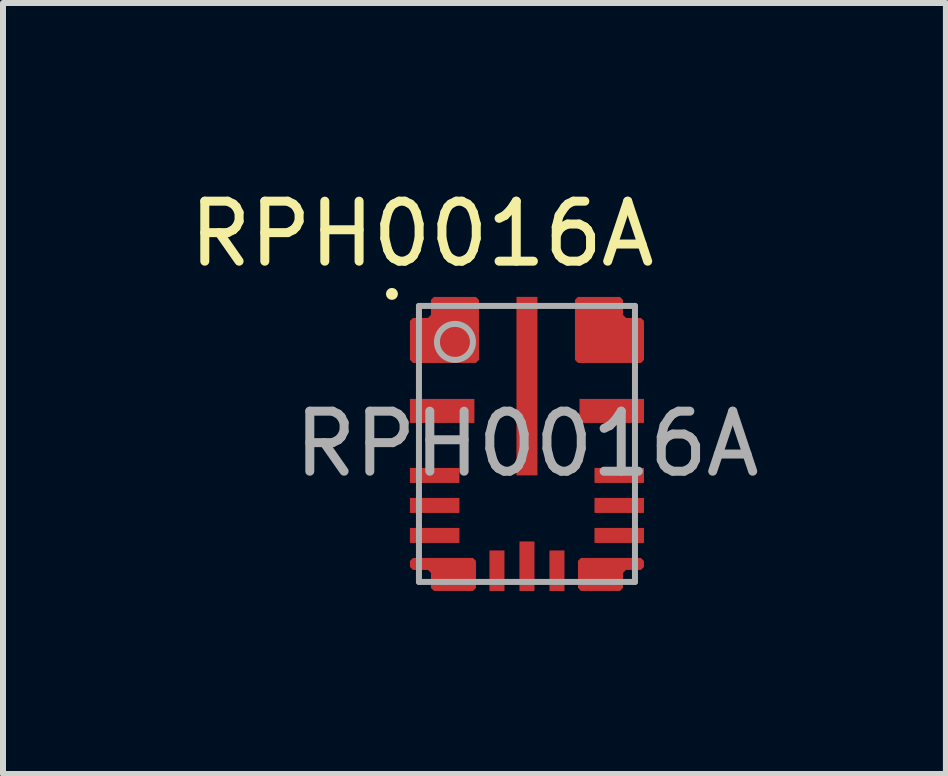
<source format=kicad_pcb>
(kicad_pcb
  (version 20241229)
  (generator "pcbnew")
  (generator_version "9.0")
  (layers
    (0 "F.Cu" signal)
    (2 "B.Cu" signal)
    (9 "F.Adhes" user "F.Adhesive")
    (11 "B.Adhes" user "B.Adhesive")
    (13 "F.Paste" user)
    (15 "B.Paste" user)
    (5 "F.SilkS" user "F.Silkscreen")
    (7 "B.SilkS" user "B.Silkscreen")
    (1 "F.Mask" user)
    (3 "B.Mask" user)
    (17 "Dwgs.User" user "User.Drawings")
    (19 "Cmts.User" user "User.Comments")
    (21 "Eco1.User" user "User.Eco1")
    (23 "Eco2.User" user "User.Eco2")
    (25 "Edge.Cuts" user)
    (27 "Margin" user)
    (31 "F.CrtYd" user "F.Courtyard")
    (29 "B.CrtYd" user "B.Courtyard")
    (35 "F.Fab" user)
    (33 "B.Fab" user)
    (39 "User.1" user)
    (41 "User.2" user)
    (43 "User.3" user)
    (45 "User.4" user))
  (footprint "RPH0016A"
    (layer "F.Cu")
    (at 5.732 4.348)
    (property "Reference" "RPH0016A" (at -1.75 -3.5 0) (unlocked yes) (layer "F.SilkS") (effects (font (size 1 1) (thickness 0.15))))
    (attr smd)
    (fp_poly (pts (xy -1.95 -1.4) (xy -1.95 -2.05) (xy -1.9 -2.1) (xy -1.65 -2.1) (xy -1.6 -2.15) (xy -1.6 -2.4) (xy -1.55 -2.45) (xy -0.85 -2.45) (xy -0.8 -2.4) (xy -0.8 -1.4) (xy -0.85 -1.35) (xy -1.9 -1.35)) (stroke (width 0) (type solid)) (fill yes) (layer "F.Cu"))
    (fp_poly (pts (xy -1.95 2.05) (xy -1.9 2.1) (xy -1.65 2.1) (xy -1.6 2.15) (xy -1.6 2.4) (xy -1.55 2.45) (xy -0.9 2.45) (xy -0.85 2.4) (xy -0.85 1.95) (xy -0.9 1.9) (xy -1.9 1.9) (xy -1.95 1.95)) (stroke (width 0) (type solid)) (fill yes) (layer "F.Cu"))
    (fp_poly (pts (xy 1.95 -1.4) (xy 1.95 -2.05) (xy 1.9 -2.1) (xy 1.65 -2.1) (xy 1.6 -2.15) (xy 1.6 -2.4) (xy 1.55 -2.45) (xy 0.85 -2.45) (xy 0.8 -2.4) (xy 0.8 -1.4) (xy 0.85 -1.35) (xy 1.9 -1.35)) (stroke (width 0) (type solid)) (fill yes) (layer "F.Cu"))
    (fp_poly (pts (xy 1.95 2.05) (xy 1.9 2.1) (xy 1.65 2.1) (xy 1.6 2.15) (xy 1.6 2.4) (xy 1.55 2.45) (xy 0.9 2.45) (xy 0.85 2.4) (xy 0.85 1.95) (xy 0.9 1.9) (xy 1.9 1.9) (xy 1.95 1.95)) (stroke (width 0) (type solid)) (fill yes) (layer "F.Cu"))
    (fp_poly (pts (xy -2.001 2.05) (xy -2.001 1.95) (xy -2 1.94) (xy -1.997 1.931) (xy -1.992 1.922) (xy -1.986 1.914) (xy -1.936 1.864) (xy -1.928 1.858) (xy -1.919 1.853) (xy -1.91 1.85) (xy -1.9 1.849) (xy -0.9 1.849) (xy -0.89 1.85) (xy -0.881 1.853) (xy -0.872 1.858) (xy -0.864 1.864) (xy -0.814 1.914) (xy -0.808 1.922) (xy -0.803 1.931) (xy -0.8 1.94) (xy -0.799 1.95) (xy -0.799 2.4) (xy -0.8 2.41) (xy -0.803 2.419) (xy -0.808 2.428) (xy -0.814 2.436) (xy -0.864 2.486) (xy -0.872 2.492) (xy -0.881 2.497) (xy -0.89 2.5) (xy -0.9 2.501) (xy -1.55 2.501) (xy -1.56 2.5) (xy -1.569 2.497) (xy -1.578 2.492) (xy -1.586 2.486) (xy -1.636 2.436) (xy -1.642 2.428) (xy -1.647 2.419) (xy -1.65 2.41) (xy -1.651 2.4) (xy -1.651 2.171) (xy -1.671 2.151) (xy -1.9 2.151) (xy -1.91 2.15) (xy -1.919 2.147) (xy -1.928 2.142) (xy -1.936 2.136) (xy -1.986 2.086) (xy -1.992 2.078) (xy -1.997 2.069) (xy -2 2.06)) (stroke (width 0) (type solid)) (fill yes) (layer "F.Mask"))
    (fp_poly (pts (xy -1.986 -1.364) (xy -1.992 -1.372) (xy -1.997 -1.381) (xy -2 -1.39) (xy -2.001 -1.4) (xy -2.001 -2.05) (xy -2 -2.06) (xy -1.997 -2.069) (xy -1.992 -2.078) (xy -1.986 -2.086) (xy -1.936 -2.136) (xy -1.928 -2.142) (xy -1.919 -2.147) (xy -1.91 -2.15) (xy -1.9 -2.151) (xy -1.671 -2.151) (xy -1.651 -2.171) (xy -1.651 -2.4) (xy -1.65 -2.41) (xy -1.647 -2.419) (xy -1.642 -2.428) (xy -1.636 -2.436) (xy -1.586 -2.486) (xy -1.578 -2.492) (xy -1.569 -2.497) (xy -1.56 -2.5) (xy -1.55 -2.501) (xy -0.85 -2.501) (xy -0.84 -2.5) (xy -0.831 -2.497) (xy -0.822 -2.492) (xy -0.814 -2.486) (xy -0.764 -2.436) (xy -0.758 -2.428) (xy -0.753 -2.419) (xy -0.75 -2.41) (xy -0.749 -2.4) (xy -0.749 -1.4) (xy -0.75 -1.39) (xy -0.753 -1.381) (xy -0.758 -1.372) (xy -0.764 -1.364) (xy -0.814 -1.314) (xy -0.822 -1.308) (xy -0.831 -1.303) (xy -0.84 -1.3) (xy -0.85 -1.299) (xy -1.9 -1.299) (xy -1.91 -1.3) (xy -1.919 -1.303) (xy -1.928 -1.308) (xy -1.936 -1.314)) (stroke (width 0) (type solid)) (fill yes) (layer "F.Mask"))
    (fp_poly (pts (xy 1.986 -1.364) (xy 1.936 -1.314) (xy 1.928 -1.308) (xy 1.919 -1.303) (xy 1.91 -1.3) (xy 1.9 -1.299) (xy 0.85 -1.299) (xy 0.84 -1.3) (xy 0.831 -1.303) (xy 0.822 -1.308) (xy 0.814 -1.314) (xy 0.764 -1.364) (xy 0.758 -1.372) (xy 0.753 -1.381) (xy 0.75 -1.39) (xy 0.749 -1.4) (xy 0.749 -2.4) (xy 0.75 -2.41) (xy 0.753 -2.419) (xy 0.758 -2.428) (xy 0.764 -2.436) (xy 0.814 -2.486) (xy 0.822 -2.492) (xy 0.831 -2.497) (xy 0.84 -2.5) (xy 0.85 -2.501) (xy 1.55 -2.501) (xy 1.56 -2.5) (xy 1.569 -2.497) (xy 1.578 -2.492) (xy 1.586 -2.486) (xy 1.636 -2.436) (xy 1.642 -2.428) (xy 1.647 -2.419) (xy 1.65 -2.41) (xy 1.651 -2.4) (xy 1.651 -2.171) (xy 1.671 -2.151) (xy 1.9 -2.151) (xy 1.91 -2.15) (xy 1.919 -2.147) (xy 1.928 -2.142) (xy 1.936 -2.136) (xy 1.986 -2.086) (xy 1.992 -2.078) (xy 1.997 -2.069) (xy 2 -2.06) (xy 2.001 -2.05) (xy 2.001 -1.4) (xy 2 -1.39) (xy 1.997 -1.381) (xy 1.992 -1.372)) (stroke (width 0) (type solid)) (fill yes) (layer "F.Mask"))
    (fp_poly (pts (xy 2.001 2.05) (xy 2 2.06) (xy 1.997 2.069) (xy 1.992 2.078) (xy 1.986 2.086) (xy 1.936 2.136) (xy 1.928 2.142) (xy 1.919 2.147) (xy 1.91 2.15) (xy 1.9 2.151) (xy 1.671 2.151) (xy 1.651 2.171) (xy 1.651 2.4) (xy 1.65 2.41) (xy 1.647 2.419) (xy 1.642 2.428) (xy 1.636 2.436) (xy 1.586 2.486) (xy 1.578 2.492) (xy 1.569 2.497) (xy 1.56 2.5) (xy 1.55 2.501) (xy 0.9 2.501) (xy 0.89 2.5) (xy 0.881 2.497) (xy 0.872 2.492) (xy 0.864 2.486) (xy 0.814 2.436) (xy 0.808 2.428) (xy 0.803 2.419) (xy 0.8 2.41) (xy 0.799 2.4) (xy 0.799 1.95) (xy 0.8 1.94) (xy 0.803 1.931) (xy 0.808 1.922) (xy 0.814 1.914) (xy 0.864 1.864) (xy 0.872 1.858) (xy 0.881 1.853) (xy 0.89 1.85) (xy 0.9 1.849) (xy 1.9 1.849) (xy 1.91 1.85) (xy 1.919 1.853) (xy 1.928 1.858) (xy 1.936 1.864) (xy 1.986 1.914) (xy 1.992 1.922) (xy 1.997 1.931) (xy 2 1.94) (xy 2.001 1.95)) (stroke (width 0) (type solid)) (fill yes) (layer "F.Mask"))
    (fp_circle (center -2.25 -2.5) (end -2.2 -2.5) (stroke (width 0.1) (type default)) (fill no) (layer "F.SilkS"))
    (fp_poly (pts (xy -0.85 2.35) (xy -0.9 2.4) (xy -1.52 2.4) (xy -1.57 2.35) (xy -1.57 2.15) (xy -1.62 2.1) (xy -1.9 2.1) (xy -1.95 2.05) (xy -1.95 1.95) (xy -1.9 1.9) (xy -0.9 1.9) (xy -0.85 1.95)) (stroke (width 0) (type solid)) (fill yes) (layer "F.Paste"))
    (fp_poly (pts (xy -0.8 -1.4) (xy -0.8 -2.34) (xy -0.85 -2.39) (xy -1.49 -2.39) (xy -1.54 -2.34) (xy -1.54 -2.09) (xy -1.59 -2.04) (xy -1.79 -2.04) (xy -1.84 -1.99) (xy -1.84 -1.4) (xy -1.79 -1.35) (xy -0.85 -1.35)) (stroke (width 0) (type solid)) (fill yes) (layer "F.Paste"))
    (fp_poly (pts (xy 0.8 -1.4) (xy 0.8 -2.34) (xy 0.85 -2.39) (xy 1.49 -2.39) (xy 1.54 -2.34) (xy 1.54 -2.09) (xy 1.59 -2.04) (xy 1.79 -2.04) (xy 1.84 -1.99) (xy 1.84 -1.4) (xy 1.79 -1.35) (xy 0.85 -1.35)) (stroke (width 0) (type solid)) (fill yes) (layer "F.Paste"))
    (fp_poly (pts (xy 0.85 2.35) (xy 0.9 2.4) (xy 1.52 2.4) (xy 1.57 2.35) (xy 1.57 2.15) (xy 1.62 2.1) (xy 1.9 2.1) (xy 1.95 2.05) (xy 1.95 1.95) (xy 1.9 1.9) (xy 0.9 1.9) (xy 0.85 1.95)) (stroke (width 0) (type solid)) (fill yes) (layer "F.Paste"))
    (fp_line (start -1.8 -2.3) (end 1.8 -2.3) (stroke (width 0.1) (type solid)) (layer "F.Fab"))
    (fp_line (start -1.8 2.3) (end -1.8 -2.3) (stroke (width 0.1) (type solid)) (layer "F.Fab"))
    (fp_line (start -1.8 2.3) (end 1.8 2.3) (stroke (width 0.1) (type solid)) (layer "F.Fab"))
    (fp_line (start 1.8 2.3) (end 1.8 -2.3) (stroke (width 0.1) (type solid)) (layer "F.Fab"))
    (fp_circle (center -1.2 -1.7) (end -0.9 -1.7) (stroke (width 0.1) (type solid)) (fill no) (layer "F.Fab"))
    (fp_text user "${REFERENCE}" (at 0 0 0) (unlocked yes) (layer "F.Fab") (effects (font (size 1 1) (thickness 0.15))))
    (pad "1" smd rect (at -1.375 -1.9) (size 0.25 0.25) (layers "F.Cu" "F.Mask"))
    (pad "2" smd rect (at -1.413 -0.55) (size 1.075 0.4) (layers "F.Cu" "F.Mask" "F.Paste"))
    (pad "3" smd rect (at -1.538 0.525) (size 0.825 0.25) (layers "F.Cu" "F.Mask" "F.Paste"))
    (pad "4" smd rect (at -1.538 1.025) (size 0.825 0.25) (layers "F.Cu" "F.Mask" "F.Paste"))
    (pad "5" smd rect (at -1.538 1.525) (size 0.825 0.25) (layers "F.Cu" "F.Mask" "F.Paste"))
    (pad "6" smd rect (at -1.4 2.175) (size 0.25 0.25) (layers "F.Cu" "F.Mask"))
    (pad "7" smd rect (at -0.5 2.113 90) (size 0.675 0.25) (layers "F.Cu" "F.Mask" "F.Paste"))
    (pad "8" smd rect (at 0 2.038 90) (size 0.825 0.25) (layers "F.Cu" "F.Mask" "F.Paste"))
    (pad "9" smd rect (at 0.5 2.113 90) (size 0.675 0.25) (layers "F.Cu" "F.Mask" "F.Paste"))
    (pad "10" smd rect (at 1.4 2.175) (size 0.25 0.25) (layers "F.Cu" "F.Mask"))
    (pad "11" smd rect (at 1.538 1.525) (size 0.825 0.25) (layers "F.Cu" "F.Mask" "F.Paste"))
    (pad "12" smd rect (at 1.538 1.025) (size 0.825 0.25) (layers "F.Cu" "F.Mask" "F.Paste"))
    (pad "13" smd rect (at 1.538 0.525) (size 0.825 0.25) (layers "F.Cu" "F.Mask" "F.Paste"))
    (pad "14" smd rect (at 1.413 -0.55) (size 1.075 0.4) (layers "F.Cu" "F.Mask" "F.Paste"))
    (pad "15" smd rect (at 1.375 -1.9) (size 0.25 0.25) (layers "F.Cu" "F.Mask"))
    (pad "16" smd rect (at 0 -0.963 90) (size 2.975 0.35) (layers "F.Cu" "F.Mask" "F.Paste")))
  (gr_rect
    (start -3 -3)
    (end 12.714 9.849)
    (stroke (width 0.1) (type default))
    (fill no)
    (layer "Edge.Cuts")))
</source>
